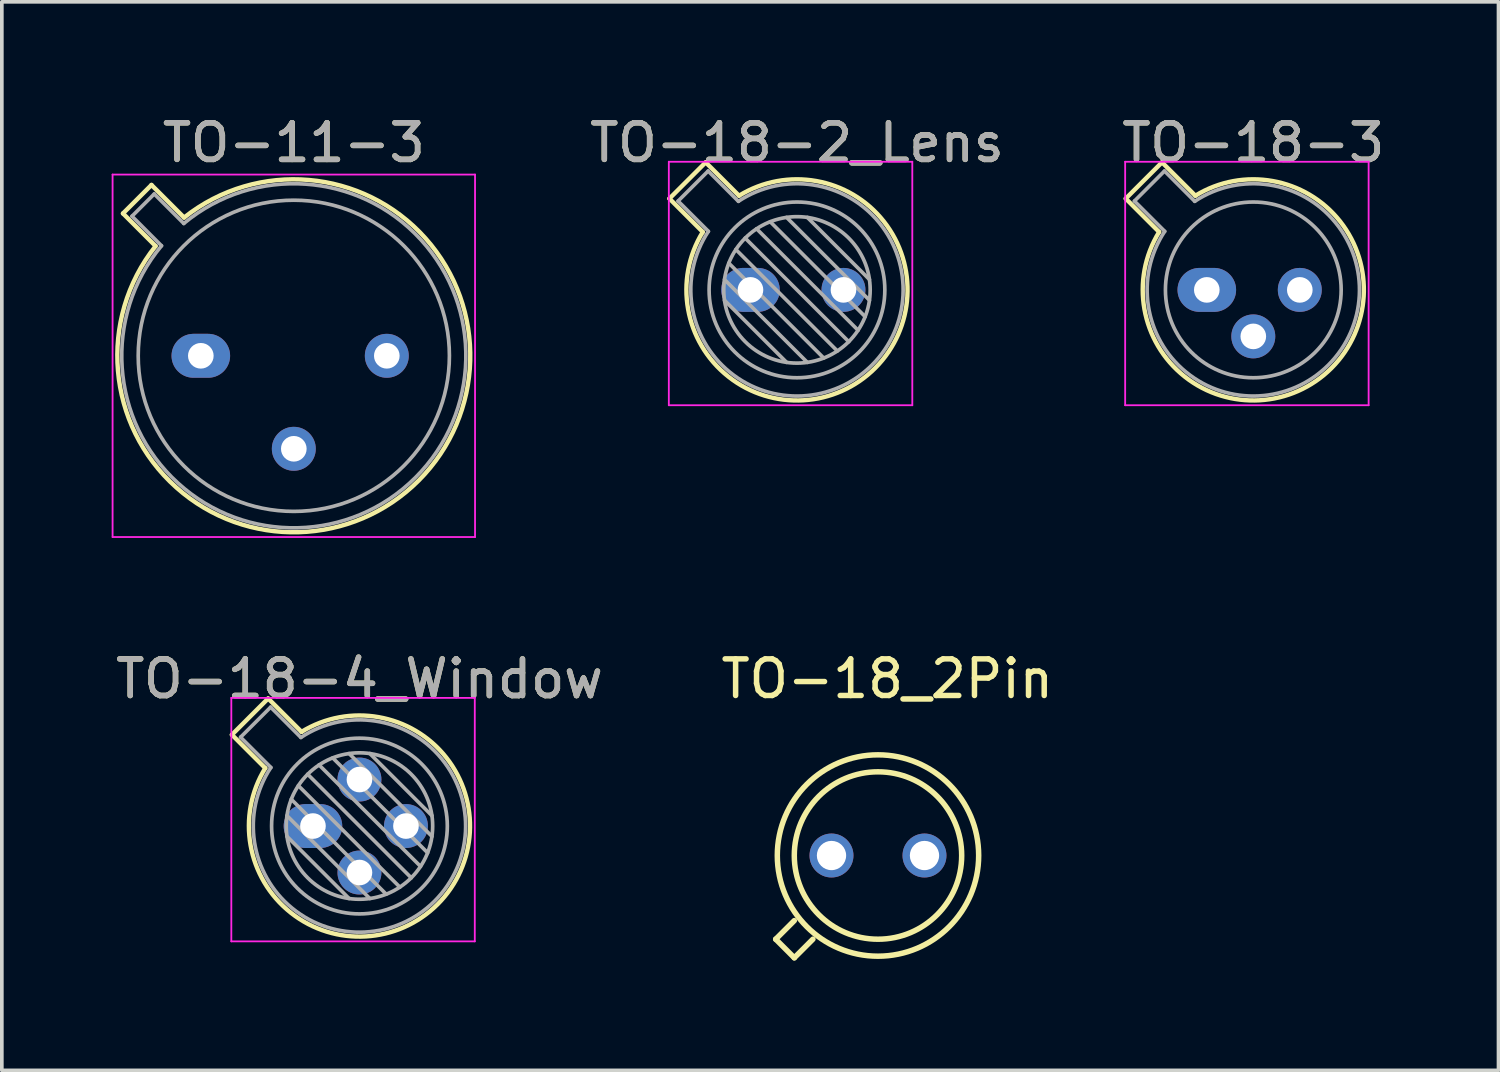
<source format=kicad_pcb>
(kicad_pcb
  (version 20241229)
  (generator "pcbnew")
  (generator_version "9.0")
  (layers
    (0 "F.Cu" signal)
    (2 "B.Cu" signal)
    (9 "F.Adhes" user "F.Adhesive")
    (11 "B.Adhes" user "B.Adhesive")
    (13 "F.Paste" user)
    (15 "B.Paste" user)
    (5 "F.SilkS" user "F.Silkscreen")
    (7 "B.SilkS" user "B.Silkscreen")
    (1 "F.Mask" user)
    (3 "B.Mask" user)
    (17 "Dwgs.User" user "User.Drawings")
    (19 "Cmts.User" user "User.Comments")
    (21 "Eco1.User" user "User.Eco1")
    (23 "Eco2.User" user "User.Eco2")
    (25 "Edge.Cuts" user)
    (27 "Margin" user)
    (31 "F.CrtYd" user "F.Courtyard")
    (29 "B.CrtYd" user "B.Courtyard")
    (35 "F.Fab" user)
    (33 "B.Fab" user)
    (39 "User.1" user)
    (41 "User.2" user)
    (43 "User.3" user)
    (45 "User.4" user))
  (footprint "TO-18-2_Lens"
    (layer "F.Cu")
    (at 17.448 4.868)
    (property "Reference" "TO-18-2_Lens" (at 1.27 -4.02 0) (layer "F.SilkS") (effects (font (size 1 1) (thickness 0.15))))
    (attr through_hole)
    (fp_line (start -2.214 -2.494) (end -1.302 -1.582) (stroke (width 0.12) (type solid)) (layer "F.SilkS"))
    (fp_line (start -1.224 -3.484) (end -2.214 -2.494) (stroke (width 0.12) (type solid)) (layer "F.SilkS"))
    (fp_line (start -0.312 -2.572) (end -1.224 -3.484) (stroke (width 0.12) (type solid)) (layer "F.SilkS"))
    (fp_arc (start -0.312331 -2.572281) (mid 3.405374 2.135551) (end -1.30215 -1.582544) (stroke (width 0.12) (type solid)) (layer "F.SilkS"))
    (fp_line (start -2.23 -3.5) (end -2.23 3.15) (stroke (width 0.05) (type solid)) (layer "F.CrtYd"))
    (fp_line (start -2.23 3.15) (end 4.42 3.15) (stroke (width 0.05) (type solid)) (layer "F.CrtYd"))
    (fp_line (start 4.42 -3.5) (end -2.23 -3.5) (stroke (width 0.05) (type solid)) (layer "F.CrtYd"))
    (fp_line (start 4.42 3.15) (end 4.42 -3.5) (stroke (width 0.05) (type solid)) (layer "F.CrtYd"))
    (fp_line (start -1.977 -2.426) (end -1.149 -1.599) (stroke (width 0.1) (type solid)) (layer "F.Fab"))
    (fp_line (start -1.156 -3.247) (end -1.977 -2.426) (stroke (width 0.1) (type solid)) (layer "F.Fab"))
    (fp_line (start -0.71 -0.283) (end 1.553 1.98) (stroke (width 0.1) (type solid)) (layer "F.Fab"))
    (fp_line (start -0.71 0.283) (end 0.987 1.98) (stroke (width 0.1) (type solid)) (layer "F.Fab"))
    (fp_line (start -0.592 -0.731) (end 2.001 1.862) (stroke (width 0.1) (type solid)) (layer "F.Fab"))
    (fp_line (start -0.399 -1.103) (end 2.373 1.669) (stroke (width 0.1) (type solid)) (layer "F.Fab"))
    (fp_line (start -0.329 -2.419) (end -1.156 -3.247) (stroke (width 0.1) (type solid)) (layer "F.Fab"))
    (fp_line (start -0.145 -1.415) (end 2.685 1.415) (stroke (width 0.1) (type solid)) (layer "F.Fab"))
    (fp_line (start 0.167 -1.669) (end 2.939 1.103) (stroke (width 0.1) (type solid)) (layer "F.Fab"))
    (fp_line (start 0.539 -1.862) (end 3.132 0.731) (stroke (width 0.1) (type solid)) (layer "F.Fab"))
    (fp_line (start 0.987 -1.98) (end 3.25 0.283) (stroke (width 0.1) (type solid)) (layer "F.Fab"))
    (fp_line (start 1.553 -1.98) (end 3.25 -0.283) (stroke (width 0.1) (type solid)) (layer "F.Fab"))
    (fp_arc (start -0.329057 -2.419301) (mid 3.321076 2.050143) (end -1.150029 -1.597956) (stroke (width 0.1) (type solid)) (layer "F.Fab"))
    (fp_circle (center 1.27 0) (end 3.27 0) (stroke (width 0.1) (type solid)) (fill no) (layer "F.Fab"))
    (fp_circle (center 1.27 0) (end 3.67 0) (stroke (width 0.1) (type solid)) (fill no) (layer "F.Fab"))
    (fp_text user "${REFERENCE}" (at 1.27 -4.02 0) (layer "F.Fab") (effects (font (size 1 1) (thickness 0.15))))
    (pad "1" thru_hole oval (at 0 0) (size 1.6 1.2) (drill 0.7) (layers "*.Cu" "*.Mask"))
    (pad "2" thru_hole oval (at 2.54 0) (size 1.2 1.2) (drill 0.7) (layers "*.Cu" "*.Mask")))
  (footprint "TO-18-3"
    (layer "F.Cu")
    (at 29.912 4.868)
    (property "Reference" "TO-18-3" (at 1.27 -4.02 0) (layer "F.SilkS") (effects (font (size 1 1) (thickness 0.15))))
    (attr through_hole)
    (fp_line (start -2.214 -2.494) (end -1.302 -1.582) (stroke (width 0.12) (type solid)) (layer "F.SilkS"))
    (fp_line (start -1.224 -3.484) (end -2.214 -2.494) (stroke (width 0.12) (type solid)) (layer "F.SilkS"))
    (fp_line (start -0.312 -2.572) (end -1.224 -3.484) (stroke (width 0.12) (type solid)) (layer "F.SilkS"))
    (fp_arc (start -0.312331 -2.572281) (mid 3.405374 2.135551) (end -1.30215 -1.582544) (stroke (width 0.12) (type solid)) (layer "F.SilkS"))
    (fp_line (start -2.23 -3.5) (end -2.23 3.15) (stroke (width 0.05) (type solid)) (layer "F.CrtYd"))
    (fp_line (start -2.23 3.15) (end 4.42 3.15) (stroke (width 0.05) (type solid)) (layer "F.CrtYd"))
    (fp_line (start 4.42 -3.5) (end -2.23 -3.5) (stroke (width 0.05) (type solid)) (layer "F.CrtYd"))
    (fp_line (start 4.42 3.15) (end 4.42 -3.5) (stroke (width 0.05) (type solid)) (layer "F.CrtYd"))
    (fp_line (start -1.977 -2.426) (end -1.149 -1.599) (stroke (width 0.1) (type solid)) (layer "F.Fab"))
    (fp_line (start -1.156 -3.247) (end -1.977 -2.426) (stroke (width 0.1) (type solid)) (layer "F.Fab"))
    (fp_line (start -0.329 -2.419) (end -1.156 -3.247) (stroke (width 0.1) (type solid)) (layer "F.Fab"))
    (fp_arc (start -0.329057 -2.419301) (mid 3.321076 2.050143) (end -1.150029 -1.597956) (stroke (width 0.1) (type solid)) (layer "F.Fab"))
    (fp_circle (center 1.27 0) (end 3.67 0) (stroke (width 0.1) (type solid)) (fill no) (layer "F.Fab"))
    (fp_text user "${REFERENCE}" (at 1.27 -4.02 0) (layer "F.Fab") (effects (font (size 1 1) (thickness 0.15))))
    (pad "1" thru_hole oval (at 0 0) (size 1.6 1.2) (drill 0.7) (layers "*.Cu" "*.Mask"))
    (pad "2" thru_hole oval (at 1.27 1.27) (size 1.2 1.2) (drill 0.7) (layers "*.Cu" "*.Mask"))
    (pad "3" thru_hole oval (at 2.54 0) (size 1.2 1.2) (drill 0.7) (layers "*.Cu" "*.Mask")))
  (footprint "TO-18-4_Window"
    (layer "F.Cu")
    (at 5.498 19.512)
    (property "Reference" "TO-18-4_Window" (at 1.27 -4.02 0) (layer "F.SilkS") (effects (font (size 1 1) (thickness 0.15))))
    (attr through_hole)
    (fp_line (start -2.214 -2.494) (end -1.302 -1.582) (stroke (width 0.12) (type solid)) (layer "F.SilkS"))
    (fp_line (start -1.224 -3.484) (end -2.214 -2.494) (stroke (width 0.12) (type solid)) (layer "F.SilkS"))
    (fp_line (start -0.312 -2.572) (end -1.224 -3.484) (stroke (width 0.12) (type solid)) (layer "F.SilkS"))
    (fp_arc (start -0.312331 -2.572281) (mid 3.405374 2.135551) (end -1.30215 -1.582544) (stroke (width 0.12) (type solid)) (layer "F.SilkS"))
    (fp_line (start -2.23 -3.5) (end -2.23 3.15) (stroke (width 0.05) (type solid)) (layer "F.CrtYd"))
    (fp_line (start -2.23 3.15) (end 4.42 3.15) (stroke (width 0.05) (type solid)) (layer "F.CrtYd"))
    (fp_line (start 4.42 -3.5) (end -2.23 -3.5) (stroke (width 0.05) (type solid)) (layer "F.CrtYd"))
    (fp_line (start 4.42 3.15) (end 4.42 -3.5) (stroke (width 0.05) (type solid)) (layer "F.CrtYd"))
    (fp_line (start -1.977 -2.426) (end -1.149 -1.599) (stroke (width 0.1) (type solid)) (layer "F.Fab"))
    (fp_line (start -1.156 -3.247) (end -1.977 -2.426) (stroke (width 0.1) (type solid)) (layer "F.Fab"))
    (fp_line (start -0.71 -0.283) (end 1.553 1.98) (stroke (width 0.1) (type solid)) (layer "F.Fab"))
    (fp_line (start -0.71 0.283) (end 0.987 1.98) (stroke (width 0.1) (type solid)) (layer "F.Fab"))
    (fp_line (start -0.592 -0.731) (end 2.001 1.862) (stroke (width 0.1) (type solid)) (layer "F.Fab"))
    (fp_line (start -0.399 -1.103) (end 2.373 1.669) (stroke (width 0.1) (type solid)) (layer "F.Fab"))
    (fp_line (start -0.329 -2.419) (end -1.156 -3.247) (stroke (width 0.1) (type solid)) (layer "F.Fab"))
    (fp_line (start -0.145 -1.415) (end 2.685 1.415) (stroke (width 0.1) (type solid)) (layer "F.Fab"))
    (fp_line (start 0.167 -1.669) (end 2.939 1.103) (stroke (width 0.1) (type solid)) (layer "F.Fab"))
    (fp_line (start 0.539 -1.862) (end 3.132 0.731) (stroke (width 0.1) (type solid)) (layer "F.Fab"))
    (fp_line (start 0.987 -1.98) (end 3.25 0.283) (stroke (width 0.1) (type solid)) (layer "F.Fab"))
    (fp_line (start 1.553 -1.98) (end 3.25 -0.283) (stroke (width 0.1) (type solid)) (layer "F.Fab"))
    (fp_arc (start -0.329057 -2.419301) (mid 3.321076 2.050143) (end -1.150029 -1.597956) (stroke (width 0.1) (type solid)) (layer "F.Fab"))
    (fp_circle (center 1.27 0) (end 3.27 0) (stroke (width 0.1) (type solid)) (fill no) (layer "F.Fab"))
    (fp_circle (center 1.27 0) (end 3.67 0) (stroke (width 0.1) (type solid)) (fill no) (layer "F.Fab"))
    (fp_text user "${REFERENCE}" (at 1.27 -4.02 0) (layer "F.Fab") (effects (font (size 1 1) (thickness 0.15))))
    (pad "1" thru_hole oval (at 0 0) (size 1.6 1.2) (drill 0.7) (layers "*.Cu" "*.Mask"))
    (pad "2" thru_hole oval (at 1.27 1.27) (size 1.2 1.2) (drill 0.7) (layers "*.Cu" "*.Mask"))
    (pad "3" thru_hole oval (at 2.54 0) (size 1.2 1.2) (drill 0.7) (layers "*.Cu" "*.Mask"))
    (pad "4" thru_hole oval (at 1.27 -1.27) (size 1.2 1.2) (drill 0.7) (layers "*.Cu" "*.Mask")))
  (footprint "TO-11-3"
    (layer "F.Cu")
    (at 2.435 6.668)
    (property "Reference" "TO-11-3" (at 2.54 -5.82 0) (layer "F.SilkS") (effects (font (size 1 1) (thickness 0.15))))
    (attr through_hole)
    (fp_line (start -2.126 -3.888) (end -1.235 -2.997) (stroke (width 0.12) (type solid)) (layer "F.SilkS"))
    (fp_line (start -1.348 -4.666) (end -2.126 -3.888) (stroke (width 0.12) (type solid)) (layer "F.SilkS"))
    (fp_line (start -0.457 -3.775) (end -1.348 -4.666) (stroke (width 0.12) (type solid)) (layer "F.SilkS"))
    (fp_arc (start -0.457084 -3.774902) (mid 5.948125 3.408384) (end -1.234674 -2.997371) (stroke (width 0.12) (type solid)) (layer "F.SilkS"))
    (fp_line (start -2.41 -4.95) (end -2.41 4.95) (stroke (width 0.05) (type solid)) (layer "F.CrtYd"))
    (fp_line (start -2.41 4.95) (end 7.49 4.95) (stroke (width 0.05) (type solid)) (layer "F.CrtYd"))
    (fp_line (start 7.49 -4.95) (end -2.41 -4.95) (stroke (width 0.05) (type solid)) (layer "F.CrtYd"))
    (fp_line (start 7.49 4.95) (end 7.49 -4.95) (stroke (width 0.05) (type solid)) (layer "F.CrtYd"))
    (fp_line (start -1.88 -3.812) (end -1.074 -3.005) (stroke (width 0.1) (type solid)) (layer "F.Fab"))
    (fp_line (start -1.272 -4.42) (end -1.88 -3.812) (stroke (width 0.1) (type solid)) (layer "F.Fab"))
    (fp_line (start -0.465 -3.614) (end -1.272 -4.42) (stroke (width 0.1) (type solid)) (layer "F.Fab"))
    (fp_arc (start -0.465408 -3.61352) (mid 5.863443 3.323361) (end -1.073594 -3.005319) (stroke (width 0.1) (type solid)) (layer "F.Fab"))
    (fp_circle (center 2.54 0) (end 6.79 0) (stroke (width 0.1) (type solid)) (fill no) (layer "F.Fab"))
    (fp_text user "${REFERENCE}" (at 2.54 -5.82 0) (layer "F.Fab") (effects (font (size 1 1) (thickness 0.15))))
    (pad "1" thru_hole oval (at 0 0) (size 1.6 1.2) (drill 0.7) (layers "*.Cu" "*.Mask"))
    (pad "2" thru_hole oval (at 2.54 2.54) (size 1.2 1.2) (drill 0.7) (layers "*.Cu" "*.Mask"))
    (pad "3" thru_hole oval (at 5.08 0) (size 1.2 1.2) (drill 0.7) (layers "*.Cu" "*.Mask")))
  (footprint "TO-18_2Pin"
    (layer "F.Cu")
    (at 20.931 20.317)
    (property "Reference" "TO-18_2Pin" (at 0.254 -4.826 0) (layer "F.SilkS") (effects (font (size 1 1) (thickness 0.15))))
    (attr through_hole)
    (fp_line (start -2.794 2.286) (end -2.286 1.778) (stroke (width 0.15) (type solid)) (layer "F.SilkS"))
    (fp_line (start -2.286 2.794) (end -2.794 2.286) (stroke (width 0.15) (type solid)) (layer "F.SilkS"))
    (fp_line (start -1.778 2.286) (end -2.286 2.794) (stroke (width 0.15) (type solid)) (layer "F.SilkS"))
    (fp_circle (center 0 0) (end 2.286 0) (stroke (width 0.15) (type solid)) (fill no) (layer "F.SilkS"))
    (fp_circle (center 0 0) (end 2.75 0) (stroke (width 0.15) (type solid)) (fill no) (layer "F.SilkS"))
    (pad "1" thru_hole circle (at 1.27 0) (size 1.2 1.2) (drill 0.8) (layers "*.Cu" "*.Mask"))
    (pad "2" thru_hole circle (at -1.27 0) (size 1.2 1.2) (drill 0.8) (layers "*.Cu" "*.Mask")))
  (gr_rect
    (start -3 -3)
    (end 37.879 26.186)
    (stroke (width 0.1) (type default))
    (fill no)
    (layer "Edge.Cuts")))
</source>
